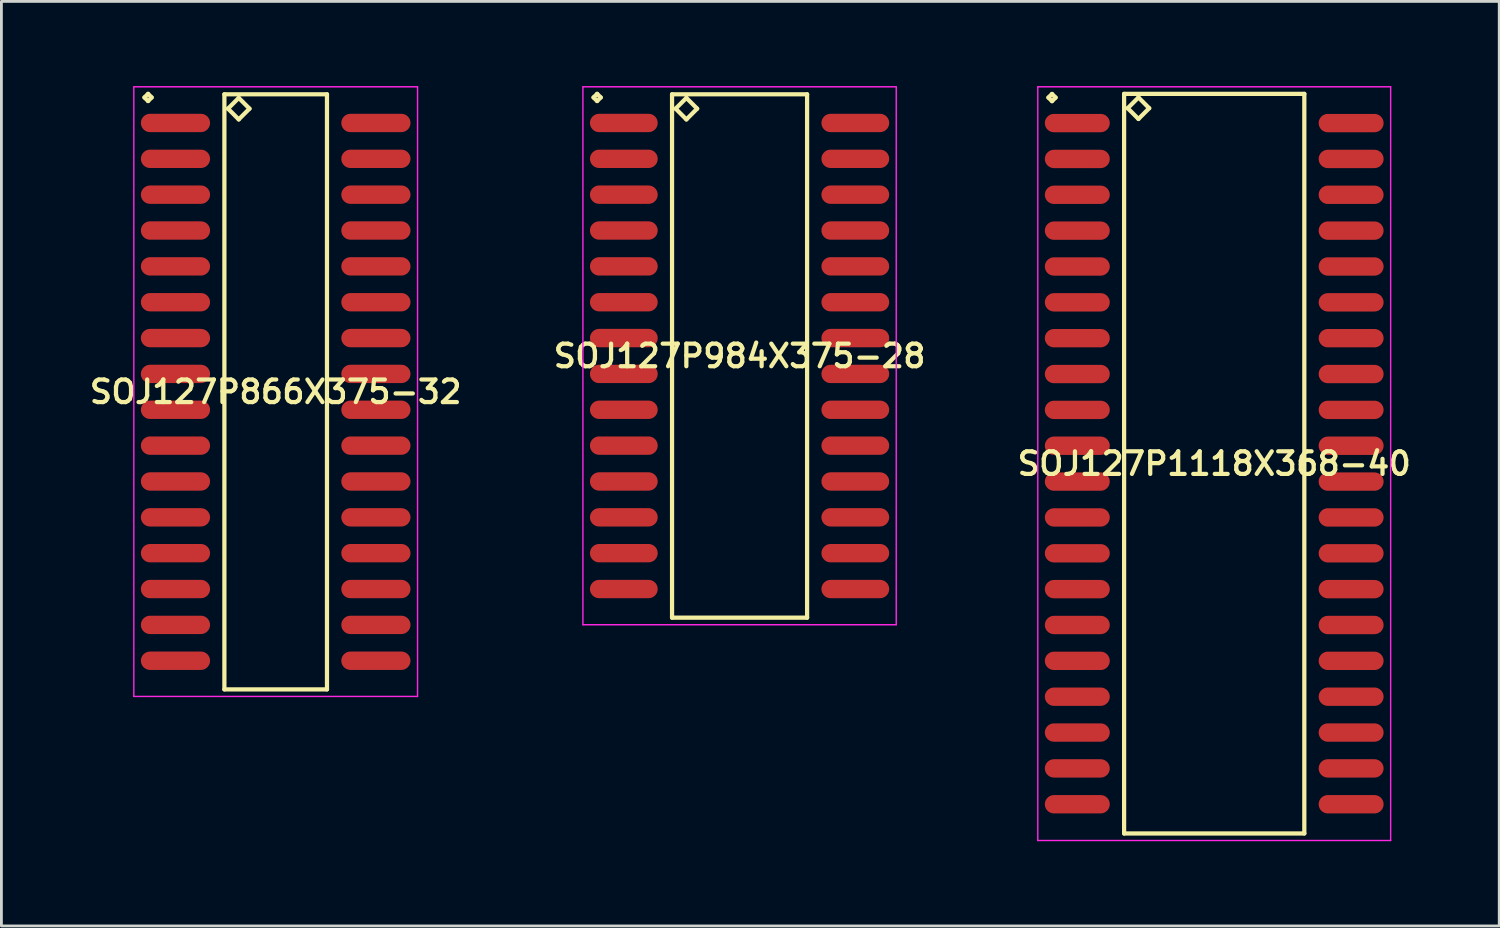
<source format=kicad_pcb>
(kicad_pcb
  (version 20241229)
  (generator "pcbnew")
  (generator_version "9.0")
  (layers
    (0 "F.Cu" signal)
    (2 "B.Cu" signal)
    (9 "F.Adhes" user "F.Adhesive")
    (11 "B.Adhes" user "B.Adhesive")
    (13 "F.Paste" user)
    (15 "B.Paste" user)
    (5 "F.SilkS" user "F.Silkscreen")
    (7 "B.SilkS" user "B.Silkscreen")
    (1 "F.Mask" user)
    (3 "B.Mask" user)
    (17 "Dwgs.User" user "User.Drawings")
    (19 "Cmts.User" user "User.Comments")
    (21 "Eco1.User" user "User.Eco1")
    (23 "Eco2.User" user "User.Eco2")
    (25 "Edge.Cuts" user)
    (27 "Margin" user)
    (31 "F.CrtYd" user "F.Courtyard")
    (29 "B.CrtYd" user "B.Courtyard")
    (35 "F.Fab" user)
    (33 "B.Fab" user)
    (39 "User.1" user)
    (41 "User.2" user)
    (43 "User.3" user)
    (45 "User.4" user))
  (footprint "SOJ127P866X375-32"
    (layer "F.Cu")
    (at 6.716 10.831)
    (property "Reference" "SOJ127P866X375-32" (at 0 0 0) (layer "F.SilkS") (effects (font (size 0.8 0.8) (thickness 0.15))))
    (attr smd)
    (fp_line (start -4.648 -10.429) (end -4.521 -10.556) (stroke (width 0.15) (type solid)) (layer "F.SilkS"))
    (fp_line (start -4.521 -10.556) (end -4.394 -10.429) (stroke (width 0.15) (type solid)) (layer "F.SilkS"))
    (fp_line (start -4.521 -10.302) (end -4.648 -10.429) (stroke (width 0.15) (type solid)) (layer "F.SilkS"))
    (fp_line (start -4.394 -10.429) (end -4.521 -10.302) (stroke (width 0.15) (type solid)) (layer "F.SilkS"))
    (fp_line (start -1.817 -10.54) (end -1.817 10.54) (stroke (width 0.15) (type solid)) (layer "F.SilkS"))
    (fp_line (start -1.817 10.54) (end 1.817 10.54) (stroke (width 0.15) (type solid)) (layer "F.SilkS"))
    (fp_line (start -1.69 -10.032) (end -1.309 -10.413) (stroke (width 0.15) (type solid)) (layer "F.SilkS"))
    (fp_line (start -1.309 -10.413) (end -0.928 -10.032) (stroke (width 0.15) (type solid)) (layer "F.SilkS"))
    (fp_line (start -1.309 -9.651) (end -1.69 -10.032) (stroke (width 0.15) (type solid)) (layer "F.SilkS"))
    (fp_line (start -0.928 -10.032) (end -1.309 -9.651) (stroke (width 0.15) (type solid)) (layer "F.SilkS"))
    (fp_line (start 1.817 -10.54) (end -1.817 -10.54) (stroke (width 0.15) (type solid)) (layer "F.SilkS"))
    (fp_line (start 1.817 10.54) (end 1.817 -10.54) (stroke (width 0.15) (type solid)) (layer "F.SilkS"))
    (fp_line (start -5.025 -10.806) (end 5.025 -10.806) (stroke (width 0.05) (type solid)) (layer "F.CrtYd"))
    (fp_line (start -5.025 10.79) (end -5.025 -10.806) (stroke (width 0.05) (type solid)) (layer "F.CrtYd"))
    (fp_line (start 5.025 -10.806) (end 5.025 10.79) (stroke (width 0.05) (type solid)) (layer "F.CrtYd"))
    (fp_line (start 5.025 10.79) (end -5.025 10.79) (stroke (width 0.05) (type solid)) (layer "F.CrtYd"))
    (pad "1" smd oval (at -3.55 -9.525) (size 2.45 0.65) (layers "F.Cu" "F.Mask" "F.Paste"))
    (pad "2" smd oval (at -3.55 -8.255) (size 2.45 0.65) (layers "F.Cu" "F.Mask" "F.Paste"))
    (pad "3" smd oval (at -3.55 -6.985) (size 2.45 0.65) (layers "F.Cu" "F.Mask" "F.Paste"))
    (pad "4" smd oval (at -3.55 -5.715) (size 2.45 0.65) (layers "F.Cu" "F.Mask" "F.Paste"))
    (pad "5" smd oval (at -3.55 -4.445) (size 2.45 0.65) (layers "F.Cu" "F.Mask" "F.Paste"))
    (pad "6" smd oval (at -3.55 -3.175) (size 2.45 0.65) (layers "F.Cu" "F.Mask" "F.Paste"))
    (pad "7" smd oval (at -3.55 -1.905) (size 2.45 0.65) (layers "F.Cu" "F.Mask" "F.Paste"))
    (pad "8" smd oval (at -3.55 -0.635) (size 2.45 0.65) (layers "F.Cu" "F.Mask" "F.Paste"))
    (pad "9" smd oval (at -3.55 0.635) (size 2.45 0.65) (layers "F.Cu" "F.Mask" "F.Paste"))
    (pad "10" smd oval (at -3.55 1.905) (size 2.45 0.65) (layers "F.Cu" "F.Mask" "F.Paste"))
    (pad "11" smd oval (at -3.55 3.175) (size 2.45 0.65) (layers "F.Cu" "F.Mask" "F.Paste"))
    (pad "12" smd oval (at -3.55 4.445) (size 2.45 0.65) (layers "F.Cu" "F.Mask" "F.Paste"))
    (pad "13" smd oval (at -3.55 5.715) (size 2.45 0.65) (layers "F.Cu" "F.Mask" "F.Paste"))
    (pad "14" smd oval (at -3.55 6.985) (size 2.45 0.65) (layers "F.Cu" "F.Mask" "F.Paste"))
    (pad "15" smd oval (at -3.55 8.255) (size 2.45 0.65) (layers "F.Cu" "F.Mask" "F.Paste"))
    (pad "16" smd oval (at -3.55 9.525) (size 2.45 0.65) (layers "F.Cu" "F.Mask" "F.Paste"))
    (pad "17" smd oval (at 3.55 9.525) (size 2.45 0.65) (layers "F.Cu" "F.Mask" "F.Paste"))
    (pad "18" smd oval (at 3.55 8.255) (size 2.45 0.65) (layers "F.Cu" "F.Mask" "F.Paste"))
    (pad "19" smd oval (at 3.55 6.985) (size 2.45 0.65) (layers "F.Cu" "F.Mask" "F.Paste"))
    (pad "20" smd oval (at 3.55 5.715) (size 2.45 0.65) (layers "F.Cu" "F.Mask" "F.Paste"))
    (pad "21" smd oval (at 3.55 4.445) (size 2.45 0.65) (layers "F.Cu" "F.Mask" "F.Paste"))
    (pad "22" smd oval (at 3.55 3.175) (size 2.45 0.65) (layers "F.Cu" "F.Mask" "F.Paste"))
    (pad "23" smd oval (at 3.55 1.905) (size 2.45 0.65) (layers "F.Cu" "F.Mask" "F.Paste"))
    (pad "24" smd oval (at 3.55 0.635) (size 2.45 0.65) (layers "F.Cu" "F.Mask" "F.Paste"))
    (pad "25" smd oval (at 3.55 -0.635) (size 2.45 0.65) (layers "F.Cu" "F.Mask" "F.Paste"))
    (pad "26" smd oval (at 3.55 -1.905) (size 2.45 0.65) (layers "F.Cu" "F.Mask" "F.Paste"))
    (pad "27" smd oval (at 3.55 -3.175) (size 2.45 0.65) (layers "F.Cu" "F.Mask" "F.Paste"))
    (pad "28" smd oval (at 3.55 -4.445) (size 2.45 0.65) (layers "F.Cu" "F.Mask" "F.Paste"))
    (pad "29" smd oval (at 3.55 -5.715) (size 2.45 0.65) (layers "F.Cu" "F.Mask" "F.Paste"))
    (pad "30" smd oval (at 3.55 -6.985) (size 2.45 0.65) (layers "F.Cu" "F.Mask" "F.Paste"))
    (pad "31" smd oval (at 3.55 -8.255) (size 2.45 0.65) (layers "F.Cu" "F.Mask" "F.Paste"))
    (pad "32" smd oval (at 3.55 -9.525) (size 2.45 0.65) (layers "F.Cu" "F.Mask" "F.Paste")))
  (footprint "SOJ127P1118X368-40"
    (layer "F.Cu")
    (at 39.963 13.375)
    (property "Reference" "SOJ127P1118X368-40" (at 0 0 0) (layer "F.SilkS") (effects (font (size 0.8 0.8) (thickness 0.15))))
    (attr smd)
    (fp_line (start -5.873 -12.969) (end -5.746 -13.096) (stroke (width 0.15) (type solid)) (layer "F.SilkS"))
    (fp_line (start -5.746 -13.096) (end -5.619 -12.969) (stroke (width 0.15) (type solid)) (layer "F.SilkS"))
    (fp_line (start -5.746 -12.842) (end -5.873 -12.969) (stroke (width 0.15) (type solid)) (layer "F.SilkS"))
    (fp_line (start -5.619 -12.969) (end -5.746 -12.842) (stroke (width 0.15) (type solid)) (layer "F.SilkS"))
    (fp_line (start -3.192 -13.1) (end -3.192 13.1) (stroke (width 0.15) (type solid)) (layer "F.SilkS"))
    (fp_line (start -3.192 13.1) (end 3.192 13.1) (stroke (width 0.15) (type solid)) (layer "F.SilkS"))
    (fp_line (start -3.065 -12.592) (end -2.684 -12.973) (stroke (width 0.15) (type solid)) (layer "F.SilkS"))
    (fp_line (start -2.684 -12.973) (end -2.303 -12.592) (stroke (width 0.15) (type solid)) (layer "F.SilkS"))
    (fp_line (start -2.684 -12.211) (end -3.065 -12.592) (stroke (width 0.15) (type solid)) (layer "F.SilkS"))
    (fp_line (start -2.303 -12.592) (end -2.684 -12.211) (stroke (width 0.15) (type solid)) (layer "F.SilkS"))
    (fp_line (start 3.192 -13.1) (end -3.192 -13.1) (stroke (width 0.15) (type solid)) (layer "F.SilkS"))
    (fp_line (start 3.192 13.1) (end 3.192 -13.1) (stroke (width 0.15) (type solid)) (layer "F.SilkS"))
    (fp_line (start -6.25 -13.35) (end 6.25 -13.35) (stroke (width 0.05) (type solid)) (layer "F.CrtYd"))
    (fp_line (start -6.25 13.35) (end -6.25 -13.35) (stroke (width 0.05) (type solid)) (layer "F.CrtYd"))
    (fp_line (start 6.25 -13.35) (end 6.25 13.35) (stroke (width 0.05) (type solid)) (layer "F.CrtYd"))
    (fp_line (start 6.25 13.35) (end -6.25 13.35) (stroke (width 0.05) (type solid)) (layer "F.CrtYd"))
    (pad "1" smd oval (at -4.85 -12.065) (size 2.3 0.65) (layers "F.Cu" "F.Mask" "F.Paste"))
    (pad "2" smd oval (at -4.85 -10.795) (size 2.3 0.65) (layers "F.Cu" "F.Mask" "F.Paste"))
    (pad "3" smd oval (at -4.85 -9.525) (size 2.3 0.65) (layers "F.Cu" "F.Mask" "F.Paste"))
    (pad "4" smd oval (at -4.85 -8.255) (size 2.3 0.65) (layers "F.Cu" "F.Mask" "F.Paste"))
    (pad "5" smd oval (at -4.85 -6.985) (size 2.3 0.65) (layers "F.Cu" "F.Mask" "F.Paste"))
    (pad "6" smd oval (at -4.85 -5.715) (size 2.3 0.65) (layers "F.Cu" "F.Mask" "F.Paste"))
    (pad "7" smd oval (at -4.85 -4.445) (size 2.3 0.65) (layers "F.Cu" "F.Mask" "F.Paste"))
    (pad "8" smd oval (at -4.85 -3.175) (size 2.3 0.65) (layers "F.Cu" "F.Mask" "F.Paste"))
    (pad "9" smd oval (at -4.85 -1.905) (size 2.3 0.65) (layers "F.Cu" "F.Mask" "F.Paste"))
    (pad "10" smd oval (at -4.85 -0.635) (size 2.3 0.65) (layers "F.Cu" "F.Mask" "F.Paste"))
    (pad "11" smd oval (at -4.85 0.635) (size 2.3 0.65) (layers "F.Cu" "F.Mask" "F.Paste"))
    (pad "12" smd oval (at -4.85 1.905) (size 2.3 0.65) (layers "F.Cu" "F.Mask" "F.Paste"))
    (pad "13" smd oval (at -4.85 3.175) (size 2.3 0.65) (layers "F.Cu" "F.Mask" "F.Paste"))
    (pad "14" smd oval (at -4.85 4.445) (size 2.3 0.65) (layers "F.Cu" "F.Mask" "F.Paste"))
    (pad "15" smd oval (at -4.85 5.715) (size 2.3 0.65) (layers "F.Cu" "F.Mask" "F.Paste"))
    (pad "16" smd oval (at -4.85 6.985) (size 2.3 0.65) (layers "F.Cu" "F.Mask" "F.Paste"))
    (pad "17" smd oval (at -4.85 8.255) (size 2.3 0.65) (layers "F.Cu" "F.Mask" "F.Paste"))
    (pad "18" smd oval (at -4.85 9.525) (size 2.3 0.65) (layers "F.Cu" "F.Mask" "F.Paste"))
    (pad "19" smd oval (at -4.85 10.795) (size 2.3 0.65) (layers "F.Cu" "F.Mask" "F.Paste"))
    (pad "20" smd oval (at -4.85 12.065) (size 2.3 0.65) (layers "F.Cu" "F.Mask" "F.Paste"))
    (pad "21" smd oval (at 4.85 12.065) (size 2.3 0.65) (layers "F.Cu" "F.Mask" "F.Paste"))
    (pad "22" smd oval (at 4.85 10.795) (size 2.3 0.65) (layers "F.Cu" "F.Mask" "F.Paste"))
    (pad "23" smd oval (at 4.85 9.525) (size 2.3 0.65) (layers "F.Cu" "F.Mask" "F.Paste"))
    (pad "24" smd oval (at 4.85 8.255) (size 2.3 0.65) (layers "F.Cu" "F.Mask" "F.Paste"))
    (pad "25" smd oval (at 4.85 6.985) (size 2.3 0.65) (layers "F.Cu" "F.Mask" "F.Paste"))
    (pad "26" smd oval (at 4.85 5.715) (size 2.3 0.65) (layers "F.Cu" "F.Mask" "F.Paste"))
    (pad "27" smd oval (at 4.85 4.445) (size 2.3 0.65) (layers "F.Cu" "F.Mask" "F.Paste"))
    (pad "28" smd oval (at 4.85 3.175) (size 2.3 0.65) (layers "F.Cu" "F.Mask" "F.Paste"))
    (pad "29" smd oval (at 4.85 1.905) (size 2.3 0.65) (layers "F.Cu" "F.Mask" "F.Paste"))
    (pad "30" smd oval (at 4.85 0.635) (size 2.3 0.65) (layers "F.Cu" "F.Mask" "F.Paste"))
    (pad "31" smd oval (at 4.85 -0.635) (size 2.3 0.65) (layers "F.Cu" "F.Mask" "F.Paste"))
    (pad "32" smd oval (at 4.85 -1.905) (size 2.3 0.65) (layers "F.Cu" "F.Mask" "F.Paste"))
    (pad "33" smd oval (at 4.85 -3.175) (size 2.3 0.65) (layers "F.Cu" "F.Mask" "F.Paste"))
    (pad "34" smd oval (at 4.85 -4.445) (size 2.3 0.65) (layers "F.Cu" "F.Mask" "F.Paste"))
    (pad "35" smd oval (at 4.85 -5.715) (size 2.3 0.65) (layers "F.Cu" "F.Mask" "F.Paste"))
    (pad "36" smd oval (at 4.85 -6.985) (size 2.3 0.65) (layers "F.Cu" "F.Mask" "F.Paste"))
    (pad "37" smd oval (at 4.85 -8.255) (size 2.3 0.65) (layers "F.Cu" "F.Mask" "F.Paste"))
    (pad "38" smd oval (at 4.85 -9.525) (size 2.3 0.65) (layers "F.Cu" "F.Mask" "F.Paste"))
    (pad "39" smd oval (at 4.85 -10.795) (size 2.3 0.65) (layers "F.Cu" "F.Mask" "F.Paste"))
    (pad "40" smd oval (at 4.85 -12.065) (size 2.3 0.65) (layers "F.Cu" "F.Mask" "F.Paste")))
  (footprint "SOJ127P984X375-28"
    (layer "F.Cu")
    (at 23.149 9.561)
    (property "Reference" "SOJ127P984X375-28" (at 0 0 0) (layer "F.SilkS") (effects (font (size 0.8 0.8) (thickness 0.15))))
    (attr smd)
    (fp_line (start -5.173 -9.159) (end -5.046 -9.286) (stroke (width 0.15) (type solid)) (layer "F.SilkS"))
    (fp_line (start -5.046 -9.286) (end -4.919 -9.159) (stroke (width 0.15) (type solid)) (layer "F.SilkS"))
    (fp_line (start -5.046 -9.032) (end -5.173 -9.159) (stroke (width 0.15) (type solid)) (layer "F.SilkS"))
    (fp_line (start -4.919 -9.159) (end -5.046 -9.032) (stroke (width 0.15) (type solid)) (layer "F.SilkS"))
    (fp_line (start -2.392 -9.27) (end -2.392 9.27) (stroke (width 0.15) (type solid)) (layer "F.SilkS"))
    (fp_line (start -2.392 9.27) (end 2.392 9.27) (stroke (width 0.15) (type solid)) (layer "F.SilkS"))
    (fp_line (start -2.265 -8.762) (end -1.884 -9.143) (stroke (width 0.15) (type solid)) (layer "F.SilkS"))
    (fp_line (start -1.884 -9.143) (end -1.503 -8.762) (stroke (width 0.15) (type solid)) (layer "F.SilkS"))
    (fp_line (start -1.884 -8.381) (end -2.265 -8.762) (stroke (width 0.15) (type solid)) (layer "F.SilkS"))
    (fp_line (start -1.503 -8.762) (end -1.884 -8.381) (stroke (width 0.15) (type solid)) (layer "F.SilkS"))
    (fp_line (start 2.392 -9.27) (end -2.392 -9.27) (stroke (width 0.15) (type solid)) (layer "F.SilkS"))
    (fp_line (start 2.392 9.27) (end 2.392 -9.27) (stroke (width 0.15) (type solid)) (layer "F.SilkS"))
    (fp_line (start -5.55 -9.536) (end 5.55 -9.536) (stroke (width 0.05) (type solid)) (layer "F.CrtYd"))
    (fp_line (start -5.55 9.52) (end -5.55 -9.536) (stroke (width 0.05) (type solid)) (layer "F.CrtYd"))
    (fp_line (start 5.55 -9.536) (end 5.55 9.52) (stroke (width 0.05) (type solid)) (layer "F.CrtYd"))
    (fp_line (start 5.55 9.52) (end -5.55 9.52) (stroke (width 0.05) (type solid)) (layer "F.CrtYd"))
    (pad "1" smd oval (at -4.1 -8.255) (size 2.4 0.65) (layers "F.Cu" "F.Mask" "F.Paste"))
    (pad "2" smd oval (at -4.1 -6.985) (size 2.4 0.65) (layers "F.Cu" "F.Mask" "F.Paste"))
    (pad "3" smd oval (at -4.1 -5.715) (size 2.4 0.65) (layers "F.Cu" "F.Mask" "F.Paste"))
    (pad "4" smd oval (at -4.1 -4.445) (size 2.4 0.65) (layers "F.Cu" "F.Mask" "F.Paste"))
    (pad "5" smd oval (at -4.1 -3.175) (size 2.4 0.65) (layers "F.Cu" "F.Mask" "F.Paste"))
    (pad "6" smd oval (at -4.1 -1.905) (size 2.4 0.65) (layers "F.Cu" "F.Mask" "F.Paste"))
    (pad "7" smd oval (at -4.1 -0.635) (size 2.4 0.65) (layers "F.Cu" "F.Mask" "F.Paste"))
    (pad "8" smd oval (at -4.1 0.635) (size 2.4 0.65) (layers "F.Cu" "F.Mask" "F.Paste"))
    (pad "9" smd oval (at -4.1 1.905) (size 2.4 0.65) (layers "F.Cu" "F.Mask" "F.Paste"))
    (pad "10" smd oval (at -4.1 3.175) (size 2.4 0.65) (layers "F.Cu" "F.Mask" "F.Paste"))
    (pad "11" smd oval (at -4.1 4.445) (size 2.4 0.65) (layers "F.Cu" "F.Mask" "F.Paste"))
    (pad "12" smd oval (at -4.1 5.715) (size 2.4 0.65) (layers "F.Cu" "F.Mask" "F.Paste"))
    (pad "13" smd oval (at -4.1 6.985) (size 2.4 0.65) (layers "F.Cu" "F.Mask" "F.Paste"))
    (pad "14" smd oval (at -4.1 8.255) (size 2.4 0.65) (layers "F.Cu" "F.Mask" "F.Paste"))
    (pad "15" smd oval (at 4.1 8.255) (size 2.4 0.65) (layers "F.Cu" "F.Mask" "F.Paste"))
    (pad "16" smd oval (at 4.1 6.985) (size 2.4 0.65) (layers "F.Cu" "F.Mask" "F.Paste"))
    (pad "17" smd oval (at 4.1 5.715) (size 2.4 0.65) (layers "F.Cu" "F.Mask" "F.Paste"))
    (pad "18" smd oval (at 4.1 4.445) (size 2.4 0.65) (layers "F.Cu" "F.Mask" "F.Paste"))
    (pad "19" smd oval (at 4.1 3.175) (size 2.4 0.65) (layers "F.Cu" "F.Mask" "F.Paste"))
    (pad "20" smd oval (at 4.1 1.905) (size 2.4 0.65) (layers "F.Cu" "F.Mask" "F.Paste"))
    (pad "21" smd oval (at 4.1 0.635) (size 2.4 0.65) (layers "F.Cu" "F.Mask" "F.Paste"))
    (pad "22" smd oval (at 4.1 -0.635) (size 2.4 0.65) (layers "F.Cu" "F.Mask" "F.Paste"))
    (pad "23" smd oval (at 4.1 -1.905) (size 2.4 0.65) (layers "F.Cu" "F.Mask" "F.Paste"))
    (pad "24" smd oval (at 4.1 -3.175) (size 2.4 0.65) (layers "F.Cu" "F.Mask" "F.Paste"))
    (pad "25" smd oval (at 4.1 -4.445) (size 2.4 0.65) (layers "F.Cu" "F.Mask" "F.Paste"))
    (pad "26" smd oval (at 4.1 -5.715) (size 2.4 0.65) (layers "F.Cu" "F.Mask" "F.Paste"))
    (pad "27" smd oval (at 4.1 -6.985) (size 2.4 0.65) (layers "F.Cu" "F.Mask" "F.Paste"))
    (pad "28" smd oval (at 4.1 -8.255) (size 2.4 0.65) (layers "F.Cu" "F.Mask" "F.Paste")))
  (gr_rect
    (start -3 -3)
    (end 50.06 29.75)
    (stroke (width 0.1) (type default))
    (fill no)
    (layer "Edge.Cuts")))
</source>
